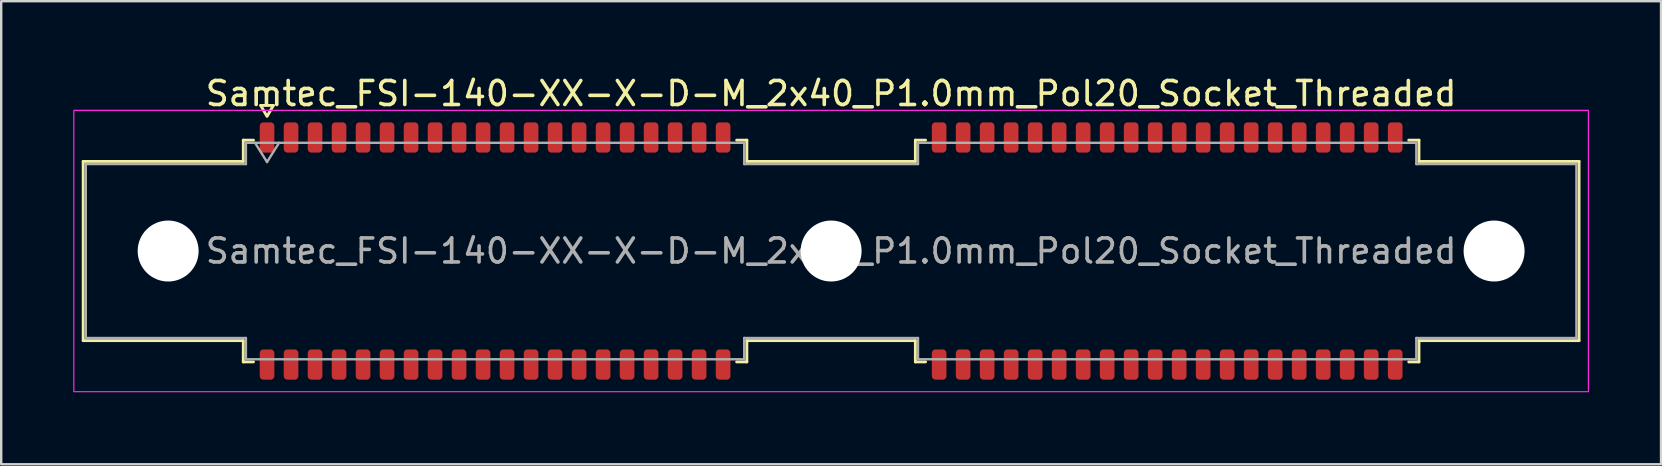
<source format=kicad_pcb>
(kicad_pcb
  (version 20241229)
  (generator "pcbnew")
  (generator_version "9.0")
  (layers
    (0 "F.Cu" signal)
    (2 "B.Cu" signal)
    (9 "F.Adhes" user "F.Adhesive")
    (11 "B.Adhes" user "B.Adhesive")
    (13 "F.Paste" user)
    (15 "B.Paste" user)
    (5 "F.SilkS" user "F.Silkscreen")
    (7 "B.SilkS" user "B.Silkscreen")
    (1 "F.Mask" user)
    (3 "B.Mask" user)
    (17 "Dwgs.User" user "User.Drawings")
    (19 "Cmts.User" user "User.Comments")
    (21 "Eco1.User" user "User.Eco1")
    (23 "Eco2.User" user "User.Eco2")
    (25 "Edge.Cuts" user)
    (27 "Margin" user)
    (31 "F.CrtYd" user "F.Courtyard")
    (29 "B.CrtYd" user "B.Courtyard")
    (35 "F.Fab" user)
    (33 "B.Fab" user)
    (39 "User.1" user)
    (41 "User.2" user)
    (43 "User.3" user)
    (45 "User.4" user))
  (footprint "Samtec_FSI-140-XX-X-D-M_2x40_P1.0mm_Pol20_Socket_Threaded"
    (layer "F.Cu")
    (at 31.575 7.408)
    (property "Reference" "Samtec_FSI-140-XX-X-D-M_2x40_P1.0mm_Pol20_Socket_Threaded" (at 0 -6.56 0) (layer "F.SilkS") (effects (font (size 1 1) (thickness 0.15))))
    (attr smd)
    (fp_line (start -31.16 -3.733) (end -24.49 -3.733) (stroke (width 0.12) (type solid)) (layer "F.SilkS"))
    (fp_line (start -31.16 3.733) (end -31.16 -3.733) (stroke (width 0.12) (type solid)) (layer "F.SilkS"))
    (fp_line (start -24.49 -4.619) (end -24.065 -4.619) (stroke (width 0.12) (type solid)) (layer "F.SilkS"))
    (fp_line (start -24.49 -3.733) (end -24.49 -4.619) (stroke (width 0.12) (type solid)) (layer "F.SilkS"))
    (fp_line (start -24.49 3.733) (end -31.16 3.733) (stroke (width 0.12) (type solid)) (layer "F.SilkS"))
    (fp_line (start -24.49 4.619) (end -24.49 3.733) (stroke (width 0.12) (type solid)) (layer "F.SilkS"))
    (fp_line (start -24.065 4.619) (end -24.49 4.619) (stroke (width 0.12) (type solid)) (layer "F.SilkS"))
    (fp_line (start -23.764 -6.066) (end -23.507 -5.62) (stroke (width 0.12) (type solid)) (layer "F.SilkS"))
    (fp_line (start -23.493 -5.62) (end -23.236 -6.066) (stroke (width 0.12) (type solid)) (layer "F.SilkS"))
    (fp_line (start -23.236 -6.066) (end -23.764 -6.066) (stroke (width 0.12) (type solid)) (layer "F.SilkS"))
    (fp_line (start -3.935 -4.619) (end -3.51 -4.619) (stroke (width 0.12) (type solid)) (layer "F.SilkS"))
    (fp_line (start -3.51 -4.619) (end -3.51 -3.733) (stroke (width 0.12) (type solid)) (layer "F.SilkS"))
    (fp_line (start -3.51 -3.733) (end 3.51 -3.733) (stroke (width 0.12) (type solid)) (layer "F.SilkS"))
    (fp_line (start -3.51 3.733) (end -3.51 4.619) (stroke (width 0.12) (type solid)) (layer "F.SilkS"))
    (fp_line (start -3.51 4.619) (end -3.935 4.619) (stroke (width 0.12) (type solid)) (layer "F.SilkS"))
    (fp_line (start 3.51 -4.619) (end 3.935 -4.619) (stroke (width 0.12) (type solid)) (layer "F.SilkS"))
    (fp_line (start 3.51 -3.733) (end 3.51 -4.619) (stroke (width 0.12) (type solid)) (layer "F.SilkS"))
    (fp_line (start 3.51 3.733) (end -3.51 3.733) (stroke (width 0.12) (type solid)) (layer "F.SilkS"))
    (fp_line (start 3.51 4.619) (end 3.51 3.733) (stroke (width 0.12) (type solid)) (layer "F.SilkS"))
    (fp_line (start 3.935 4.619) (end 3.51 4.619) (stroke (width 0.12) (type solid)) (layer "F.SilkS"))
    (fp_line (start 24.065 -4.619) (end 24.49 -4.619) (stroke (width 0.12) (type solid)) (layer "F.SilkS"))
    (fp_line (start 24.49 -4.619) (end 24.49 -3.733) (stroke (width 0.12) (type solid)) (layer "F.SilkS"))
    (fp_line (start 24.49 -3.733) (end 31.16 -3.733) (stroke (width 0.12) (type solid)) (layer "F.SilkS"))
    (fp_line (start 24.49 3.733) (end 24.49 4.619) (stroke (width 0.12) (type solid)) (layer "F.SilkS"))
    (fp_line (start 24.49 4.619) (end 24.065 4.619) (stroke (width 0.12) (type solid)) (layer "F.SilkS"))
    (fp_line (start 31.16 -3.733) (end 31.16 3.733) (stroke (width 0.12) (type solid)) (layer "F.SilkS"))
    (fp_line (start 31.16 3.733) (end 24.49 3.733) (stroke (width 0.12) (type solid)) (layer "F.SilkS"))
    (fp_rect (start -31.55 -5.86) (end 31.55 5.86) (stroke (width 0.05) (type solid)) (fill no) (layer "F.CrtYd"))
    (fp_line (start -31.05 -3.623) (end -24.38 -3.623) (stroke (width 0.1) (type solid)) (layer "F.Fab"))
    (fp_line (start -31.05 3.623) (end -31.05 -3.623) (stroke (width 0.1) (type solid)) (layer "F.Fab"))
    (fp_line (start -24.38 -4.508) (end -3.62 -4.508) (stroke (width 0.1) (type solid)) (layer "F.Fab"))
    (fp_line (start -24.38 -3.623) (end -24.38 -4.508) (stroke (width 0.1) (type solid)) (layer "F.Fab"))
    (fp_line (start -24.38 3.623) (end -31.05 3.623) (stroke (width 0.1) (type solid)) (layer "F.Fab"))
    (fp_line (start -24.38 4.508) (end -24.38 3.623) (stroke (width 0.1) (type solid)) (layer "F.Fab"))
    (fp_line (start -24 -4.508) (end -23.5 -3.708) (stroke (width 0.1) (type solid)) (layer "F.Fab"))
    (fp_line (start -23.5 -3.708) (end -23 -4.508) (stroke (width 0.1) (type solid)) (layer "F.Fab"))
    (fp_line (start -3.62 -4.508) (end -3.62 -3.623) (stroke (width 0.1) (type solid)) (layer "F.Fab"))
    (fp_line (start -3.62 -3.623) (end 3.62 -3.623) (stroke (width 0.1) (type solid)) (layer "F.Fab"))
    (fp_line (start -3.62 3.623) (end -3.62 4.508) (stroke (width 0.1) (type solid)) (layer "F.Fab"))
    (fp_line (start -3.62 4.508) (end -24.38 4.508) (stroke (width 0.1) (type solid)) (layer "F.Fab"))
    (fp_line (start 3.62 -4.508) (end 24.38 -4.508) (stroke (width 0.1) (type solid)) (layer "F.Fab"))
    (fp_line (start 3.62 -3.623) (end 3.62 -4.508) (stroke (width 0.1) (type solid)) (layer "F.Fab"))
    (fp_line (start 3.62 3.623) (end -3.62 3.623) (stroke (width 0.1) (type solid)) (layer "F.Fab"))
    (fp_line (start 3.62 4.508) (end 3.62 3.623) (stroke (width 0.1) (type solid)) (layer "F.Fab"))
    (fp_line (start 24.38 -4.508) (end 24.38 -3.623) (stroke (width 0.1) (type solid)) (layer "F.Fab"))
    (fp_line (start 24.38 -3.623) (end 31.05 -3.623) (stroke (width 0.1) (type solid)) (layer "F.Fab"))
    (fp_line (start 24.38 3.623) (end 24.38 4.508) (stroke (width 0.1) (type solid)) (layer "F.Fab"))
    (fp_line (start 24.38 4.508) (end 3.62 4.508) (stroke (width 0.1) (type solid)) (layer "F.Fab"))
    (fp_line (start 31.05 -3.623) (end 31.05 3.623) (stroke (width 0.1) (type solid)) (layer "F.Fab"))
    (fp_line (start 31.05 3.623) (end 24.38 3.623) (stroke (width 0.1) (type solid)) (layer "F.Fab"))
    (fp_text user "${REFERENCE}" (at 0 0 0) (layer "F.Fab") (effects (font (size 1 1) (thickness 0.15))))
    (pad "" np_thru_hole circle (at -27.62 0) (size 2.54 2.54) (drill 2.54) (layers "*.Cu" "*.Mask"))
    (pad "" np_thru_hole circle (at 0 0) (size 2.54 2.54) (drill 2.54) (layers "*.Cu" "*.Mask"))
    (pad "" np_thru_hole circle (at 27.62 0) (size 2.54 2.54) (drill 2.54) (layers "*.Cu" "*.Mask"))
    (pad "1" smd roundrect (at -23.5 -4.73) (size 0.61 1.26) (layers "F.Cu" "F.Mask" "F.Paste") (roundrect_rratio 0.25))
    (pad "2" smd roundrect (at -23.5 4.73) (size 0.61 1.26) (layers "F.Cu" "F.Mask" "F.Paste") (roundrect_rratio 0.25))
    (pad "3" smd roundrect (at -22.5 -4.73) (size 0.61 1.26) (layers "F.Cu" "F.Mask" "F.Paste") (roundrect_rratio 0.25))
    (pad "4" smd roundrect (at -22.5 4.73) (size 0.61 1.26) (layers "F.Cu" "F.Mask" "F.Paste") (roundrect_rratio 0.25))
    (pad "5" smd roundrect (at -21.5 -4.73) (size 0.61 1.26) (layers "F.Cu" "F.Mask" "F.Paste") (roundrect_rratio 0.25))
    (pad "6" smd roundrect (at -21.5 4.73) (size 0.61 1.26) (layers "F.Cu" "F.Mask" "F.Paste") (roundrect_rratio 0.25))
    (pad "7" smd roundrect (at -20.5 -4.73) (size 0.61 1.26) (layers "F.Cu" "F.Mask" "F.Paste") (roundrect_rratio 0.25))
    (pad "8" smd roundrect (at -20.5 4.73) (size 0.61 1.26) (layers "F.Cu" "F.Mask" "F.Paste") (roundrect_rratio 0.25))
    (pad "9" smd roundrect (at -19.5 -4.73) (size 0.61 1.26) (layers "F.Cu" "F.Mask" "F.Paste") (roundrect_rratio 0.25))
    (pad "10" smd roundrect (at -19.5 4.73) (size 0.61 1.26) (layers "F.Cu" "F.Mask" "F.Paste") (roundrect_rratio 0.25))
    (pad "11" smd roundrect (at -18.5 -4.73) (size 0.61 1.26) (layers "F.Cu" "F.Mask" "F.Paste") (roundrect_rratio 0.25))
    (pad "12" smd roundrect (at -18.5 4.73) (size 0.61 1.26) (layers "F.Cu" "F.Mask" "F.Paste") (roundrect_rratio 0.25))
    (pad "13" smd roundrect (at -17.5 -4.73) (size 0.61 1.26) (layers "F.Cu" "F.Mask" "F.Paste") (roundrect_rratio 0.25))
    (pad "14" smd roundrect (at -17.5 4.73) (size 0.61 1.26) (layers "F.Cu" "F.Mask" "F.Paste") (roundrect_rratio 0.25))
    (pad "15" smd roundrect (at -16.5 -4.73) (size 0.61 1.26) (layers "F.Cu" "F.Mask" "F.Paste") (roundrect_rratio 0.25))
    (pad "16" smd roundrect (at -16.5 4.73) (size 0.61 1.26) (layers "F.Cu" "F.Mask" "F.Paste") (roundrect_rratio 0.25))
    (pad "17" smd roundrect (at -15.5 -4.73) (size 0.61 1.26) (layers "F.Cu" "F.Mask" "F.Paste") (roundrect_rratio 0.25))
    (pad "18" smd roundrect (at -15.5 4.73) (size 0.61 1.26) (layers "F.Cu" "F.Mask" "F.Paste") (roundrect_rratio 0.25))
    (pad "19" smd roundrect (at -14.5 -4.73) (size 0.61 1.26) (layers "F.Cu" "F.Mask" "F.Paste") (roundrect_rratio 0.25))
    (pad "20" smd roundrect (at -14.5 4.73) (size 0.61 1.26) (layers "F.Cu" "F.Mask" "F.Paste") (roundrect_rratio 0.25))
    (pad "21" smd roundrect (at -13.5 -4.73) (size 0.61 1.26) (layers "F.Cu" "F.Mask" "F.Paste") (roundrect_rratio 0.25))
    (pad "22" smd roundrect (at -13.5 4.73) (size 0.61 1.26) (layers "F.Cu" "F.Mask" "F.Paste") (roundrect_rratio 0.25))
    (pad "23" smd roundrect (at -12.5 -4.73) (size 0.61 1.26) (layers "F.Cu" "F.Mask" "F.Paste") (roundrect_rratio 0.25))
    (pad "24" smd roundrect (at -12.5 4.73) (size 0.61 1.26) (layers "F.Cu" "F.Mask" "F.Paste") (roundrect_rratio 0.25))
    (pad "25" smd roundrect (at -11.5 -4.73) (size 0.61 1.26) (layers "F.Cu" "F.Mask" "F.Paste") (roundrect_rratio 0.25))
    (pad "26" smd roundrect (at -11.5 4.73) (size 0.61 1.26) (layers "F.Cu" "F.Mask" "F.Paste") (roundrect_rratio 0.25))
    (pad "27" smd roundrect (at -10.5 -4.73) (size 0.61 1.26) (layers "F.Cu" "F.Mask" "F.Paste") (roundrect_rratio 0.25))
    (pad "28" smd roundrect (at -10.5 4.73) (size 0.61 1.26) (layers "F.Cu" "F.Mask" "F.Paste") (roundrect_rratio 0.25))
    (pad "29" smd roundrect (at -9.5 -4.73) (size 0.61 1.26) (layers "F.Cu" "F.Mask" "F.Paste") (roundrect_rratio 0.25))
    (pad "30" smd roundrect (at -9.5 4.73) (size 0.61 1.26) (layers "F.Cu" "F.Mask" "F.Paste") (roundrect_rratio 0.25))
    (pad "31" smd roundrect (at -8.5 -4.73) (size 0.61 1.26) (layers "F.Cu" "F.Mask" "F.Paste") (roundrect_rratio 0.25))
    (pad "32" smd roundrect (at -8.5 4.73) (size 0.61 1.26) (layers "F.Cu" "F.Mask" "F.Paste") (roundrect_rratio 0.25))
    (pad "33" smd roundrect (at -7.5 -4.73) (size 0.61 1.26) (layers "F.Cu" "F.Mask" "F.Paste") (roundrect_rratio 0.25))
    (pad "34" smd roundrect (at -7.5 4.73) (size 0.61 1.26) (layers "F.Cu" "F.Mask" "F.Paste") (roundrect_rratio 0.25))
    (pad "35" smd roundrect (at -6.5 -4.73) (size 0.61 1.26) (layers "F.Cu" "F.Mask" "F.Paste") (roundrect_rratio 0.25))
    (pad "36" smd roundrect (at -6.5 4.73) (size 0.61 1.26) (layers "F.Cu" "F.Mask" "F.Paste") (roundrect_rratio 0.25))
    (pad "37" smd roundrect (at -5.5 -4.73) (size 0.61 1.26) (layers "F.Cu" "F.Mask" "F.Paste") (roundrect_rratio 0.25))
    (pad "38" smd roundrect (at -5.5 4.73) (size 0.61 1.26) (layers "F.Cu" "F.Mask" "F.Paste") (roundrect_rratio 0.25))
    (pad "39" smd roundrect (at -4.5 -4.73) (size 0.61 1.26) (layers "F.Cu" "F.Mask" "F.Paste") (roundrect_rratio 0.25))
    (pad "40" smd roundrect (at -4.5 4.73) (size 0.61 1.26) (layers "F.Cu" "F.Mask" "F.Paste") (roundrect_rratio 0.25))
    (pad "41" smd roundrect (at 4.5 -4.73) (size 0.61 1.26) (layers "F.Cu" "F.Mask" "F.Paste") (roundrect_rratio 0.25))
    (pad "42" smd roundrect (at 4.5 4.73) (size 0.61 1.26) (layers "F.Cu" "F.Mask" "F.Paste") (roundrect_rratio 0.25))
    (pad "43" smd roundrect (at 5.5 -4.73) (size 0.61 1.26) (layers "F.Cu" "F.Mask" "F.Paste") (roundrect_rratio 0.25))
    (pad "44" smd roundrect (at 5.5 4.73) (size 0.61 1.26) (layers "F.Cu" "F.Mask" "F.Paste") (roundrect_rratio 0.25))
    (pad "45" smd roundrect (at 6.5 -4.73) (size 0.61 1.26) (layers "F.Cu" "F.Mask" "F.Paste") (roundrect_rratio 0.25))
    (pad "46" smd roundrect (at 6.5 4.73) (size 0.61 1.26) (layers "F.Cu" "F.Mask" "F.Paste") (roundrect_rratio 0.25))
    (pad "47" smd roundrect (at 7.5 -4.73) (size 0.61 1.26) (layers "F.Cu" "F.Mask" "F.Paste") (roundrect_rratio 0.25))
    (pad "48" smd roundrect (at 7.5 4.73) (size 0.61 1.26) (layers "F.Cu" "F.Mask" "F.Paste") (roundrect_rratio 0.25))
    (pad "49" smd roundrect (at 8.5 -4.73) (size 0.61 1.26) (layers "F.Cu" "F.Mask" "F.Paste") (roundrect_rratio 0.25))
    (pad "50" smd roundrect (at 8.5 4.73) (size 0.61 1.26) (layers "F.Cu" "F.Mask" "F.Paste") (roundrect_rratio 0.25))
    (pad "51" smd roundrect (at 9.5 -4.73) (size 0.61 1.26) (layers "F.Cu" "F.Mask" "F.Paste") (roundrect_rratio 0.25))
    (pad "52" smd roundrect (at 9.5 4.73) (size 0.61 1.26) (layers "F.Cu" "F.Mask" "F.Paste") (roundrect_rratio 0.25))
    (pad "53" smd roundrect (at 10.5 -4.73) (size 0.61 1.26) (layers "F.Cu" "F.Mask" "F.Paste") (roundrect_rratio 0.25))
    (pad "54" smd roundrect (at 10.5 4.73) (size 0.61 1.26) (layers "F.Cu" "F.Mask" "F.Paste") (roundrect_rratio 0.25))
    (pad "55" smd roundrect (at 11.5 -4.73) (size 0.61 1.26) (layers "F.Cu" "F.Mask" "F.Paste") (roundrect_rratio 0.25))
    (pad "56" smd roundrect (at 11.5 4.73) (size 0.61 1.26) (layers "F.Cu" "F.Mask" "F.Paste") (roundrect_rratio 0.25))
    (pad "57" smd roundrect (at 12.5 -4.73) (size 0.61 1.26) (layers "F.Cu" "F.Mask" "F.Paste") (roundrect_rratio 0.25))
    (pad "58" smd roundrect (at 12.5 4.73) (size 0.61 1.26) (layers "F.Cu" "F.Mask" "F.Paste") (roundrect_rratio 0.25))
    (pad "59" smd roundrect (at 13.5 -4.73) (size 0.61 1.26) (layers "F.Cu" "F.Mask" "F.Paste") (roundrect_rratio 0.25))
    (pad "60" smd roundrect (at 13.5 4.73) (size 0.61 1.26) (layers "F.Cu" "F.Mask" "F.Paste") (roundrect_rratio 0.25))
    (pad "61" smd roundrect (at 14.5 -4.73) (size 0.61 1.26) (layers "F.Cu" "F.Mask" "F.Paste") (roundrect_rratio 0.25))
    (pad "62" smd roundrect (at 14.5 4.73) (size 0.61 1.26) (layers "F.Cu" "F.Mask" "F.Paste") (roundrect_rratio 0.25))
    (pad "63" smd roundrect (at 15.5 -4.73) (size 0.61 1.26) (layers "F.Cu" "F.Mask" "F.Paste") (roundrect_rratio 0.25))
    (pad "64" smd roundrect (at 15.5 4.73) (size 0.61 1.26) (layers "F.Cu" "F.Mask" "F.Paste") (roundrect_rratio 0.25))
    (pad "65" smd roundrect (at 16.5 -4.73) (size 0.61 1.26) (layers "F.Cu" "F.Mask" "F.Paste") (roundrect_rratio 0.25))
    (pad "66" smd roundrect (at 16.5 4.73) (size 0.61 1.26) (layers "F.Cu" "F.Mask" "F.Paste") (roundrect_rratio 0.25))
    (pad "67" smd roundrect (at 17.5 -4.73) (size 0.61 1.26) (layers "F.Cu" "F.Mask" "F.Paste") (roundrect_rratio 0.25))
    (pad "68" smd roundrect (at 17.5 4.73) (size 0.61 1.26) (layers "F.Cu" "F.Mask" "F.Paste") (roundrect_rratio 0.25))
    (pad "69" smd roundrect (at 18.5 -4.73) (size 0.61 1.26) (layers "F.Cu" "F.Mask" "F.Paste") (roundrect_rratio 0.25))
    (pad "70" smd roundrect (at 18.5 4.73) (size 0.61 1.26) (layers "F.Cu" "F.Mask" "F.Paste") (roundrect_rratio 0.25))
    (pad "71" smd roundrect (at 19.5 -4.73) (size 0.61 1.26) (layers "F.Cu" "F.Mask" "F.Paste") (roundrect_rratio 0.25))
    (pad "72" smd roundrect (at 19.5 4.73) (size 0.61 1.26) (layers "F.Cu" "F.Mask" "F.Paste") (roundrect_rratio 0.25))
    (pad "73" smd roundrect (at 20.5 -4.73) (size 0.61 1.26) (layers "F.Cu" "F.Mask" "F.Paste") (roundrect_rratio 0.25))
    (pad "74" smd roundrect (at 20.5 4.73) (size 0.61 1.26) (layers "F.Cu" "F.Mask" "F.Paste") (roundrect_rratio 0.25))
    (pad "75" smd roundrect (at 21.5 -4.73) (size 0.61 1.26) (layers "F.Cu" "F.Mask" "F.Paste") (roundrect_rratio 0.25))
    (pad "76" smd roundrect (at 21.5 4.73) (size 0.61 1.26) (layers "F.Cu" "F.Mask" "F.Paste") (roundrect_rratio 0.25))
    (pad "77" smd roundrect (at 22.5 -4.73) (size 0.61 1.26) (layers "F.Cu" "F.Mask" "F.Paste") (roundrect_rratio 0.25))
    (pad "78" smd roundrect (at 22.5 4.73) (size 0.61 1.26) (layers "F.Cu" "F.Mask" "F.Paste") (roundrect_rratio 0.25))
    (pad "79" smd roundrect (at 23.5 -4.73) (size 0.61 1.26) (layers "F.Cu" "F.Mask" "F.Paste") (roundrect_rratio 0.25))
    (pad "80" smd roundrect (at 23.5 4.73) (size 0.61 1.26) (layers "F.Cu" "F.Mask" "F.Paste") (roundrect_rratio 0.25)))
  (gr_rect
    (start -3 -3)
    (end 66.15 16.293)
    (stroke (width 0.1) (type default))
    (fill no)
    (layer "Edge.Cuts")))
</source>
